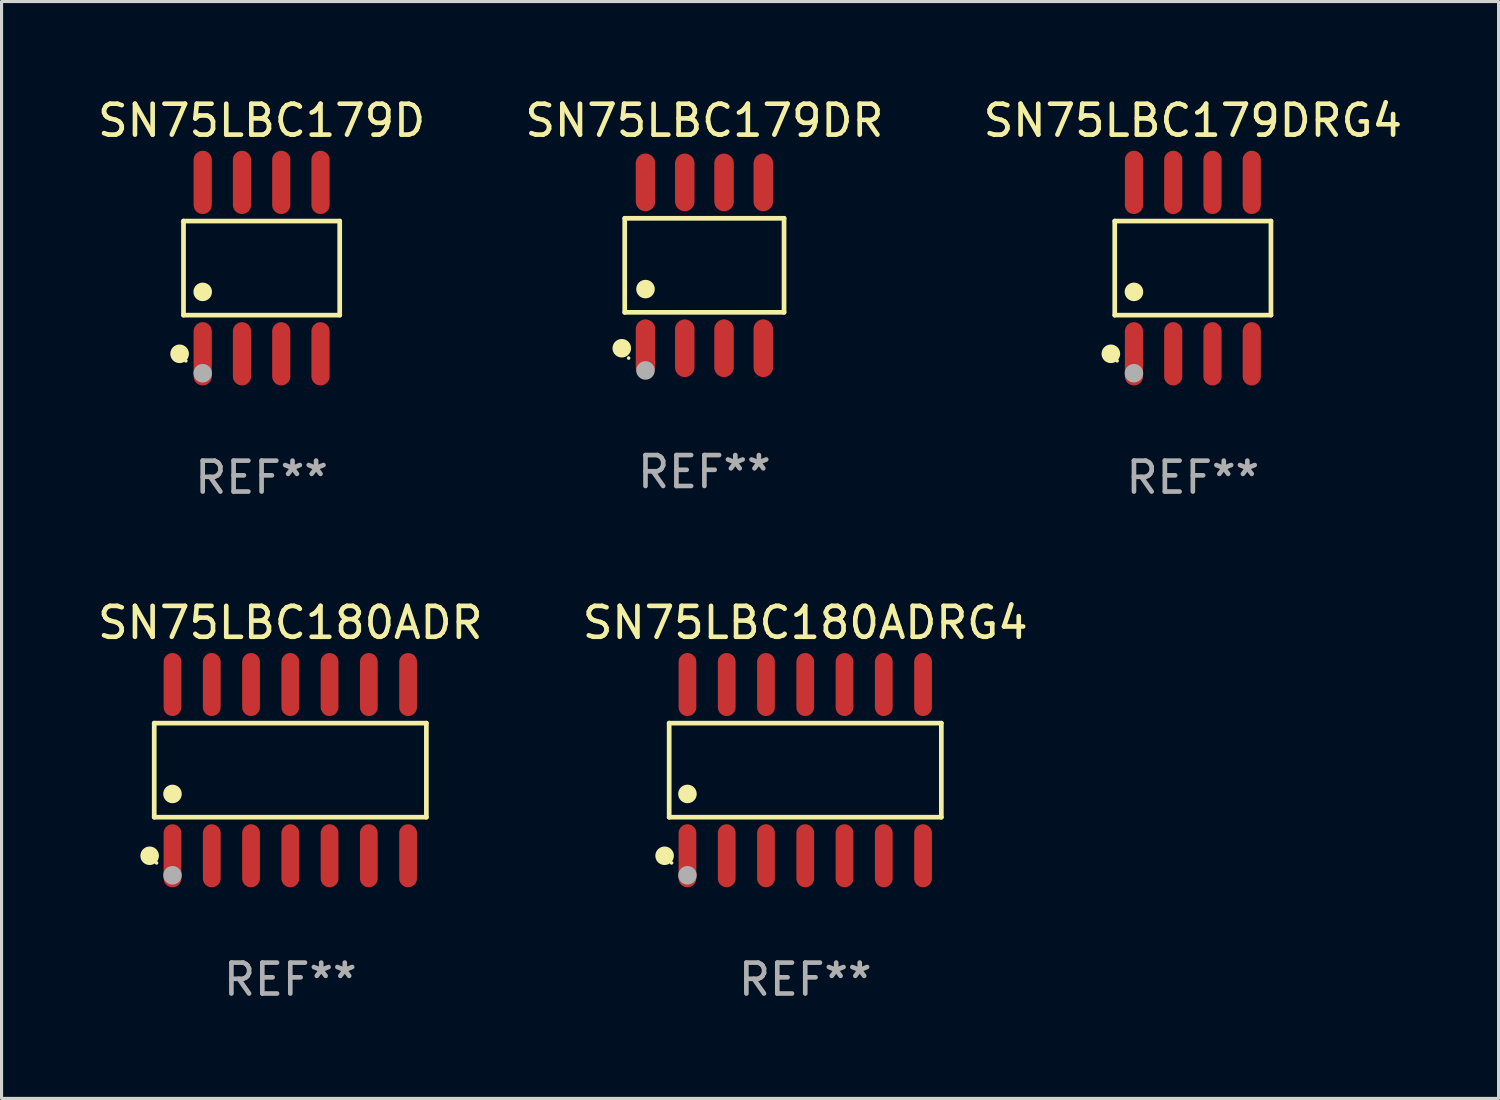
<source format=kicad_pcb>
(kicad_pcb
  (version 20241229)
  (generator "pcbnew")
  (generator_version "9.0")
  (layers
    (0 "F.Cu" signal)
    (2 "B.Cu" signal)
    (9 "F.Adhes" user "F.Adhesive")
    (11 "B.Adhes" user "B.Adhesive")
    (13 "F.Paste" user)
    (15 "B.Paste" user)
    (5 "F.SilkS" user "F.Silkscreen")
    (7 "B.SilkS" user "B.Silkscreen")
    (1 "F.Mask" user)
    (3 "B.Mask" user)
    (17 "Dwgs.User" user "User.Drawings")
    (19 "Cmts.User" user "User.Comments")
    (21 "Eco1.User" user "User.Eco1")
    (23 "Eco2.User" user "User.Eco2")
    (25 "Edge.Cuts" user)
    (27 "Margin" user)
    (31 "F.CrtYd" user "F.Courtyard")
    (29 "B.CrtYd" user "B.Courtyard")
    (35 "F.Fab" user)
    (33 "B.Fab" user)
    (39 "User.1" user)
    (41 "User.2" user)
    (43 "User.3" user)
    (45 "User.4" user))
  (footprint "SN75LBC179DR"
    (layer "F.Cu")
    (at 19.732 5.531)
    (property "Reference" "SN75LBC179DR" (at 0 -4.682 0) (layer "F.SilkS") (effects (font (size 1 1) (thickness 0.15))))
    (attr through_hole)
    (fp_line (start -2.576 -1.521) (end 2.576 -1.521) (stroke (width 0.152) (type solid)) (layer "F.SilkS"))
    (fp_line (start -2.576 1.521) (end -2.576 -1.521) (stroke (width 0.152) (type solid)) (layer "F.SilkS"))
    (fp_line (start 2.576 -1.521) (end 2.576 1.521) (stroke (width 0.152) (type solid)) (layer "F.SilkS"))
    (fp_line (start 2.576 1.521) (end -2.576 1.521) (stroke (width 0.152) (type solid)) (layer "F.SilkS"))
    (fp_circle (center -2.672 2.682) (end -2.522 2.682) (stroke (width 0.3) (type solid)) (fill no) (layer "F.SilkS"))
    (fp_circle (center -2.45 3) (end -2.42 3) (stroke (width 0.06) (type solid)) (fill no) (layer "F.SilkS"))
    (fp_circle (center -1.905 0.769) (end -1.755 0.769) (stroke (width 0.3) (type solid)) (fill no) (layer "F.SilkS"))
    (fp_circle (center -1.905 3.4) (end -1.755 3.4) (stroke (width 0.3) (type solid)) (fill no) (layer "F.Fab"))
    (fp_text user "REF**" (at 0 6.682 0) (layer "F.Fab") (effects (font (size 1 1) (thickness 0.15))))
    (pad "1" smd oval (at -1.905 2.682) (size 0.63 1.865) (layers "F.Cu" "F.Mask" "F.Paste"))
    (pad "2" smd oval (at -0.635 2.682) (size 0.63 1.865) (layers "F.Cu" "F.Mask" "F.Paste"))
    (pad "3" smd oval (at 0.635 2.682) (size 0.63 1.865) (layers "F.Cu" "F.Mask" "F.Paste"))
    (pad "4" smd oval (at 1.905 2.682) (size 0.63 1.865) (layers "F.Cu" "F.Mask" "F.Paste"))
    (pad "5" smd oval (at 1.905 -2.682) (size 0.63 1.865) (layers "F.Cu" "F.Mask" "F.Paste"))
    (pad "6" smd oval (at 0.635 -2.682) (size 0.63 1.865) (layers "F.Cu" "F.Mask" "F.Paste"))
    (pad "7" smd oval (at -0.635 -2.682) (size 0.63 1.865) (layers "F.Cu" "F.Mask" "F.Paste"))
    (pad "8" smd oval (at -1.905 -2.682) (size 0.63 1.865) (layers "F.Cu" "F.Mask" "F.Paste")))
  (footprint "SN75LBC179DRG4"
    (layer "F.Cu")
    (at 35.53 5.621)
    (property "Reference" "SN75LBC179DRG4" (at 0 -4.772 0) (layer "F.SilkS") (effects (font (size 1 1) (thickness 0.15))))
    (attr through_hole)
    (fp_line (start -2.526 -1.521) (end 2.526 -1.521) (stroke (width 0.152) (type solid)) (layer "F.SilkS"))
    (fp_line (start -2.526 1.521) (end -2.526 -1.521) (stroke (width 0.152) (type solid)) (layer "F.SilkS"))
    (fp_line (start 2.526 -1.521) (end 2.526 1.521) (stroke (width 0.152) (type solid)) (layer "F.SilkS"))
    (fp_line (start 2.526 1.521) (end -2.526 1.521) (stroke (width 0.152) (type solid)) (layer "F.SilkS"))
    (fp_circle (center -2.652 2.772) (end -2.501 2.772) (stroke (width 0.3) (type solid)) (fill no) (layer "F.SilkS"))
    (fp_circle (center -2.45 3) (end -2.42 3) (stroke (width 0.06) (type solid)) (fill no) (layer "F.SilkS"))
    (fp_circle (center -1.905 0.769) (end -1.755 0.769) (stroke (width 0.3) (type solid)) (fill no) (layer "F.SilkS"))
    (fp_circle (center -1.905 3.4) (end -1.755 3.4) (stroke (width 0.3) (type solid)) (fill no) (layer "F.Fab"))
    (fp_text user "REF**" (at 0 6.772 0) (layer "F.Fab") (effects (font (size 1 1) (thickness 0.15))))
    (pad "1" smd oval (at -1.905 2.772) (size 0.588 2.045) (layers "F.Cu" "F.Mask" "F.Paste"))
    (pad "2" smd oval (at -0.635 2.772) (size 0.588 2.045) (layers "F.Cu" "F.Mask" "F.Paste"))
    (pad "3" smd oval (at 0.635 2.772) (size 0.588 2.045) (layers "F.Cu" "F.Mask" "F.Paste"))
    (pad "4" smd oval (at 1.905 2.772) (size 0.588 2.045) (layers "F.Cu" "F.Mask" "F.Paste"))
    (pad "5" smd oval (at 1.905 -2.772) (size 0.588 2.045) (layers "F.Cu" "F.Mask" "F.Paste"))
    (pad "6" smd oval (at 0.635 -2.772) (size 0.588 2.045) (layers "F.Cu" "F.Mask" "F.Paste"))
    (pad "7" smd oval (at -0.635 -2.772) (size 0.588 2.045) (layers "F.Cu" "F.Mask" "F.Paste"))
    (pad "8" smd oval (at -1.905 -2.772) (size 0.588 2.045) (layers "F.Cu" "F.Mask" "F.Paste")))
  (footprint "SN75LBC180ADRG4"
    (layer "F.Cu")
    (at 22.994 21.859)
    (property "Reference" "SN75LBC180ADRG4" (at 0 -4.769 0) (layer "F.SilkS") (effects (font (size 1 1) (thickness 0.15))))
    (attr through_hole)
    (fp_line (start -4.401 -1.521) (end 4.401 -1.521) (stroke (width 0.152) (type solid)) (layer "F.SilkS"))
    (fp_line (start -4.401 1.521) (end -4.401 -1.521) (stroke (width 0.152) (type solid)) (layer "F.SilkS"))
    (fp_line (start 4.401 -1.521) (end 4.401 1.521) (stroke (width 0.152) (type solid)) (layer "F.SilkS"))
    (fp_line (start 4.401 1.521) (end -4.401 1.521) (stroke (width 0.152) (type solid)) (layer "F.SilkS"))
    (fp_circle (center -4.549 2.769) (end -4.399 2.769) (stroke (width 0.3) (type solid)) (fill no) (layer "F.SilkS"))
    (fp_circle (center -4.325 3) (end -4.295 3) (stroke (width 0.06) (type solid)) (fill no) (layer "F.SilkS"))
    (fp_circle (center -3.81 0.769) (end -3.66 0.769) (stroke (width 0.3) (type solid)) (fill no) (layer "F.SilkS"))
    (fp_circle (center -3.81 3.4) (end -3.66 3.4) (stroke (width 0.3) (type solid)) (fill no) (layer "F.Fab"))
    (fp_text user "REF**" (at 0 6.769 0) (layer "F.Fab") (effects (font (size 1 1) (thickness 0.15))))
    (pad "1" smd oval (at -3.81 2.769) (size 0.574 2.038) (layers "F.Cu" "F.Mask" "F.Paste"))
    (pad "2" smd oval (at -2.54 2.769) (size 0.574 2.038) (layers "F.Cu" "F.Mask" "F.Paste"))
    (pad "3" smd oval (at -1.27 2.769) (size 0.574 2.038) (layers "F.Cu" "F.Mask" "F.Paste"))
    (pad "4" smd oval (at 0 2.769) (size 0.574 2.038) (layers "F.Cu" "F.Mask" "F.Paste"))
    (pad "5" smd oval (at 1.27 2.769) (size 0.574 2.038) (layers "F.Cu" "F.Mask" "F.Paste"))
    (pad "6" smd oval (at 2.54 2.769) (size 0.574 2.038) (layers "F.Cu" "F.Mask" "F.Paste"))
    (pad "7" smd oval (at 3.81 2.769) (size 0.574 2.038) (layers "F.Cu" "F.Mask" "F.Paste"))
    (pad "8" smd oval (at 3.81 -2.769) (size 0.574 2.038) (layers "F.Cu" "F.Mask" "F.Paste"))
    (pad "9" smd oval (at 2.54 -2.769) (size 0.574 2.038) (layers "F.Cu" "F.Mask" "F.Paste"))
    (pad "10" smd oval (at 1.27 -2.769) (size 0.574 2.038) (layers "F.Cu" "F.Mask" "F.Paste"))
    (pad "11" smd oval (at 0 -2.769) (size 0.574 2.038) (layers "F.Cu" "F.Mask" "F.Paste"))
    (pad "12" smd oval (at -1.27 -2.769) (size 0.574 2.038) (layers "F.Cu" "F.Mask" "F.Paste"))
    (pad "13" smd oval (at -2.54 -2.769) (size 0.574 2.038) (layers "F.Cu" "F.Mask" "F.Paste"))
    (pad "14" smd oval (at -3.81 -2.769) (size 0.574 2.038) (layers "F.Cu" "F.Mask" "F.Paste")))
  (footprint "SN75LBC179D"
    (layer "F.Cu")
    (at 5.411 5.621)
    (property "Reference" "SN75LBC179D" (at 0 -4.772 0) (layer "F.SilkS") (effects (font (size 1 1) (thickness 0.15))))
    (attr through_hole)
    (fp_line (start -2.526 -1.521) (end 2.526 -1.521) (stroke (width 0.152) (type solid)) (layer "F.SilkS"))
    (fp_line (start -2.526 1.521) (end -2.526 -1.521) (stroke (width 0.152) (type solid)) (layer "F.SilkS"))
    (fp_line (start 2.526 -1.521) (end 2.526 1.521) (stroke (width 0.152) (type solid)) (layer "F.SilkS"))
    (fp_line (start 2.526 1.521) (end -2.526 1.521) (stroke (width 0.152) (type solid)) (layer "F.SilkS"))
    (fp_circle (center -2.652 2.772) (end -2.501 2.772) (stroke (width 0.3) (type solid)) (fill no) (layer "F.SilkS"))
    (fp_circle (center -2.45 3) (end -2.42 3) (stroke (width 0.06) (type solid)) (fill no) (layer "F.SilkS"))
    (fp_circle (center -1.905 0.769) (end -1.755 0.769) (stroke (width 0.3) (type solid)) (fill no) (layer "F.SilkS"))
    (fp_circle (center -1.905 3.4) (end -1.755 3.4) (stroke (width 0.3) (type solid)) (fill no) (layer "F.Fab"))
    (fp_text user "REF**" (at 0 6.772 0) (layer "F.Fab") (effects (font (size 1 1) (thickness 0.15))))
    (pad "1" smd oval (at -1.905 2.772) (size 0.588 2.045) (layers "F.Cu" "F.Mask" "F.Paste"))
    (pad "2" smd oval (at -0.635 2.772) (size 0.588 2.045) (layers "F.Cu" "F.Mask" "F.Paste"))
    (pad "3" smd oval (at 0.635 2.772) (size 0.588 2.045) (layers "F.Cu" "F.Mask" "F.Paste"))
    (pad "4" smd oval (at 1.905 2.772) (size 0.588 2.045) (layers "F.Cu" "F.Mask" "F.Paste"))
    (pad "5" smd oval (at 1.905 -2.772) (size 0.588 2.045) (layers "F.Cu" "F.Mask" "F.Paste"))
    (pad "6" smd oval (at 0.635 -2.772) (size 0.588 2.045) (layers "F.Cu" "F.Mask" "F.Paste"))
    (pad "7" smd oval (at -0.635 -2.772) (size 0.588 2.045) (layers "F.Cu" "F.Mask" "F.Paste"))
    (pad "8" smd oval (at -1.905 -2.772) (size 0.588 2.045) (layers "F.Cu" "F.Mask" "F.Paste")))
  (footprint "SN75LBC180ADR"
    (layer "F.Cu")
    (at 6.339 21.859)
    (property "Reference" "SN75LBC180ADR" (at 0 -4.769 0) (layer "F.SilkS") (effects (font (size 1 1) (thickness 0.15))))
    (attr through_hole)
    (fp_line (start -4.401 -1.521) (end 4.401 -1.521) (stroke (width 0.152) (type solid)) (layer "F.SilkS"))
    (fp_line (start -4.401 1.521) (end -4.401 -1.521) (stroke (width 0.152) (type solid)) (layer "F.SilkS"))
    (fp_line (start 4.401 -1.521) (end 4.401 1.521) (stroke (width 0.152) (type solid)) (layer "F.SilkS"))
    (fp_line (start 4.401 1.521) (end -4.401 1.521) (stroke (width 0.152) (type solid)) (layer "F.SilkS"))
    (fp_circle (center -4.549 2.769) (end -4.399 2.769) (stroke (width 0.3) (type solid)) (fill no) (layer "F.SilkS"))
    (fp_circle (center -4.325 3) (end -4.295 3) (stroke (width 0.06) (type solid)) (fill no) (layer "F.SilkS"))
    (fp_circle (center -3.81 0.769) (end -3.66 0.769) (stroke (width 0.3) (type solid)) (fill no) (layer "F.SilkS"))
    (fp_circle (center -3.81 3.4) (end -3.66 3.4) (stroke (width 0.3) (type solid)) (fill no) (layer "F.Fab"))
    (fp_text user "REF**" (at 0 6.769 0) (layer "F.Fab") (effects (font (size 1 1) (thickness 0.15))))
    (pad "1" smd oval (at -3.81 2.769) (size 0.574 2.038) (layers "F.Cu" "F.Mask" "F.Paste"))
    (pad "2" smd oval (at -2.54 2.769) (size 0.574 2.038) (layers "F.Cu" "F.Mask" "F.Paste"))
    (pad "3" smd oval (at -1.27 2.769) (size 0.574 2.038) (layers "F.Cu" "F.Mask" "F.Paste"))
    (pad "4" smd oval (at 0 2.769) (size 0.574 2.038) (layers "F.Cu" "F.Mask" "F.Paste"))
    (pad "5" smd oval (at 1.27 2.769) (size 0.574 2.038) (layers "F.Cu" "F.Mask" "F.Paste"))
    (pad "6" smd oval (at 2.54 2.769) (size 0.574 2.038) (layers "F.Cu" "F.Mask" "F.Paste"))
    (pad "7" smd oval (at 3.81 2.769) (size 0.574 2.038) (layers "F.Cu" "F.Mask" "F.Paste"))
    (pad "8" smd oval (at 3.81 -2.769) (size 0.574 2.038) (layers "F.Cu" "F.Mask" "F.Paste"))
    (pad "9" smd oval (at 2.54 -2.769) (size 0.574 2.038) (layers "F.Cu" "F.Mask" "F.Paste"))
    (pad "10" smd oval (at 1.27 -2.769) (size 0.574 2.038) (layers "F.Cu" "F.Mask" "F.Paste"))
    (pad "11" smd oval (at 0 -2.769) (size 0.574 2.038) (layers "F.Cu" "F.Mask" "F.Paste"))
    (pad "12" smd oval (at -1.27 -2.769) (size 0.574 2.038) (layers "F.Cu" "F.Mask" "F.Paste"))
    (pad "13" smd oval (at -2.54 -2.769) (size 0.574 2.038) (layers "F.Cu" "F.Mask" "F.Paste"))
    (pad "14" smd oval (at -3.81 -2.769) (size 0.574 2.038) (layers "F.Cu" "F.Mask" "F.Paste")))
  (gr_rect
    (start -3 -3)
    (end 45.417 32.476)
    (stroke (width 0.1) (type default))
    (fill no)
    (layer "Edge.Cuts")))
</source>
